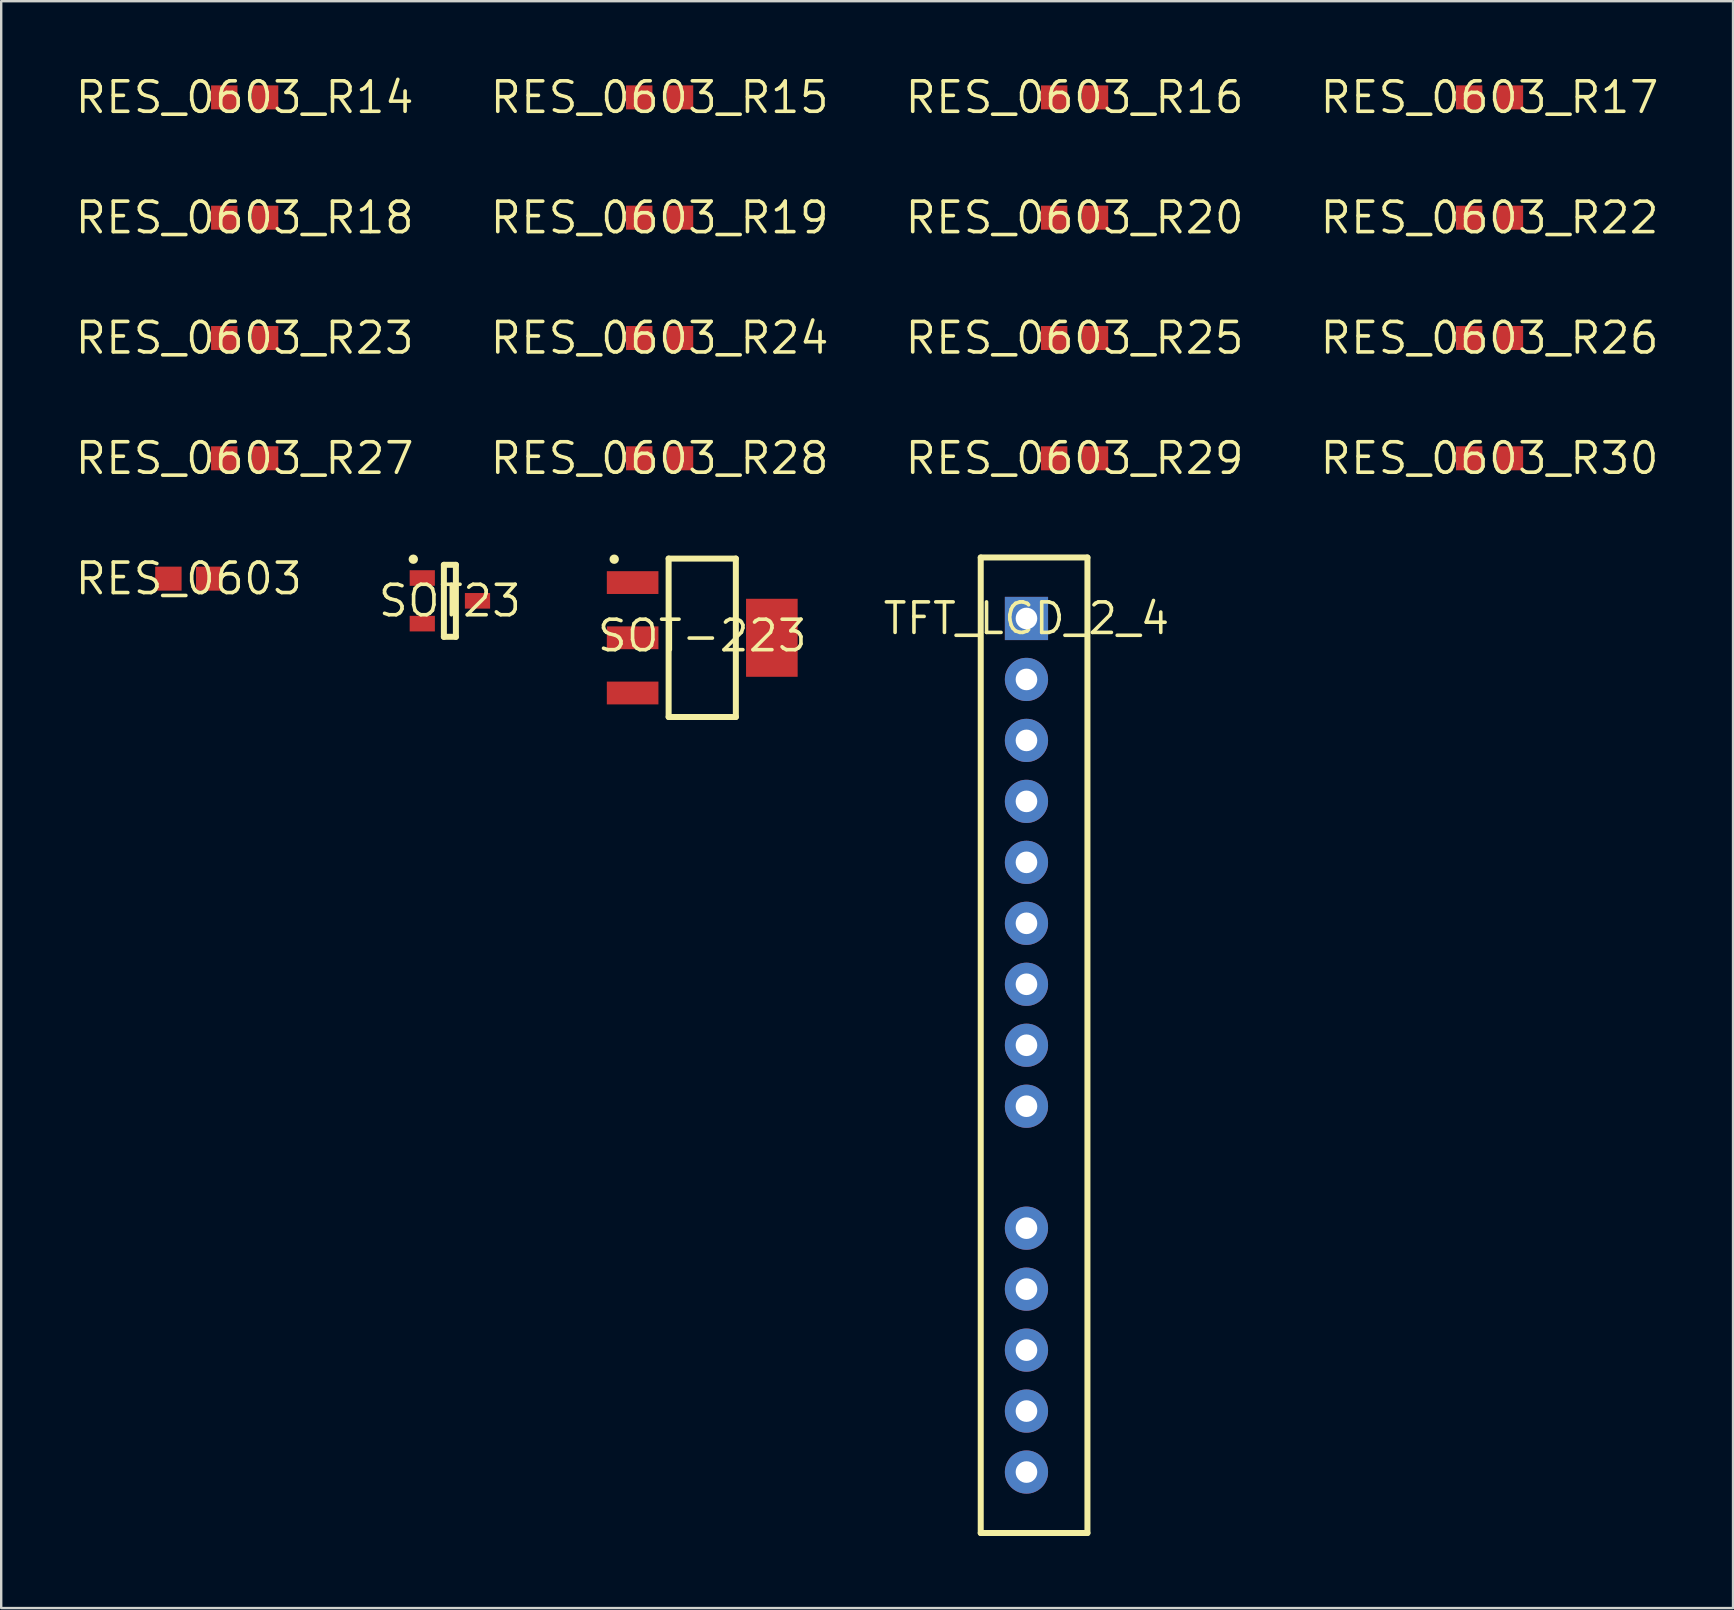
<source format=kicad_pcb>
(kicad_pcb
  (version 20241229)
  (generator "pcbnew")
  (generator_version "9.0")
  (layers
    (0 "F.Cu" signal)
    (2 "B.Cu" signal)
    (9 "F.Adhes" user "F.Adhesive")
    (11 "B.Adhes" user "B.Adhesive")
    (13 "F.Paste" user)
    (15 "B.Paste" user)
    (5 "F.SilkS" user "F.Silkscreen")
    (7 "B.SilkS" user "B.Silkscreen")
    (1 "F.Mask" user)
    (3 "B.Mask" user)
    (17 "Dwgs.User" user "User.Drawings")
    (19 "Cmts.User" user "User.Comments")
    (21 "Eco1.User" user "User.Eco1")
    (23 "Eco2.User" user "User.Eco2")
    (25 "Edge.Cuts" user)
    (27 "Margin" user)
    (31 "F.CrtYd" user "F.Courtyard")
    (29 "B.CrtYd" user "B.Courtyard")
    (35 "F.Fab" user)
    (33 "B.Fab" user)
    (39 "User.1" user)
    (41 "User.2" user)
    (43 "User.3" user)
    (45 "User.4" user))
  (footprint "RES_0603_R15"
    (layer "F.Cu")
    (at 24.43 1.006)
    (property "Reference" "RES_0603_R15" (at 0 0 0) (layer "F.SilkS") (effects (font (size 1.27 1.27) (thickness 0.15))))
    (attr through_hole)
    (pad "1" smd rect (at -0.85 0 90) (size 1 1.1) (layers "F.Cu" "F.Mask" "F.Paste"))
    (pad "2" smd rect (at 0.85 0 90) (size 1 1.1) (layers "F.Cu" "F.Mask" "F.Paste")))
  (footprint "RES_0603_R24"
    (layer "F.Cu")
    (at 24.43 11.031)
    (property "Reference" "RES_0603_R24" (at 0 0 0) (layer "F.SilkS") (effects (font (size 1.27 1.27) (thickness 0.15))))
    (attr through_hole)
    (pad "1" smd rect (at -0.85 0 90) (size 1 1.1) (layers "F.Cu" "F.Mask" "F.Paste"))
    (pad "2" smd rect (at 0.85 0 90) (size 1 1.1) (layers "F.Cu" "F.Mask" "F.Paste")))
  (footprint "RES_0603_R28"
    (layer "F.Cu")
    (at 24.43 16.043)
    (property "Reference" "RES_0603_R28" (at 0 0 0) (layer "F.SilkS") (effects (font (size 1.27 1.27) (thickness 0.15))))
    (attr through_hole)
    (pad "1" smd rect (at -0.85 0 90) (size 1 1.1) (layers "F.Cu" "F.Mask" "F.Paste"))
    (pad "2" smd rect (at 0.85 0 90) (size 1 1.1) (layers "F.Cu" "F.Mask" "F.Paste")))
  (footprint "RES_0603_R23"
    (layer "F.Cu")
    (at 7.143 11.031)
    (property "Reference" "RES_0603_R23" (at 0 0 0) (layer "F.SilkS") (effects (font (size 1.27 1.27) (thickness 0.15))))
    (attr through_hole)
    (pad "1" smd rect (at -0.85 0 90) (size 1 1.1) (layers "F.Cu" "F.Mask" "F.Paste"))
    (pad "2" smd rect (at 0.85 0 90) (size 1 1.1) (layers "F.Cu" "F.Mask" "F.Paste")))
  (footprint "RES_0603_R19"
    (layer "F.Cu")
    (at 24.43 6.019)
    (property "Reference" "RES_0603_R19" (at 0 0 0) (layer "F.SilkS") (effects (font (size 1.27 1.27) (thickness 0.15))))
    (attr through_hole)
    (pad "1" smd rect (at -0.85 0 90) (size 1 1.1) (layers "F.Cu" "F.Mask" "F.Paste"))
    (pad "2" smd rect (at 0.85 0 90) (size 1 1.1) (layers "F.Cu" "F.Mask" "F.Paste")))
  (footprint "RES_0603_R20"
    (layer "F.Cu")
    (at 41.717 6.019)
    (property "Reference" "RES_0603_R20" (at 0 0 0) (layer "F.SilkS") (effects (font (size 1.27 1.27) (thickness 0.15))))
    (attr through_hole)
    (pad "1" smd rect (at -0.85 0 90) (size 1 1.1) (layers "F.Cu" "F.Mask" "F.Paste"))
    (pad "2" smd rect (at 0.85 0 90) (size 1 1.1) (layers "F.Cu" "F.Mask" "F.Paste")))
  (footprint "RES_0603_R18"
    (layer "F.Cu")
    (at 7.143 6.019)
    (property "Reference" "RES_0603_R18" (at 0 0 0) (layer "F.SilkS") (effects (font (size 1.27 1.27) (thickness 0.15))))
    (attr through_hole)
    (pad "1" smd rect (at -0.85 0 90) (size 1 1.1) (layers "F.Cu" "F.Mask" "F.Paste"))
    (pad "2" smd rect (at 0.85 0 90) (size 1 1.1) (layers "F.Cu" "F.Mask" "F.Paste")))
  (footprint "RES_0603_R22"
    (layer "F.Cu")
    (at 59.004 6.019)
    (property "Reference" "RES_0603_R22" (at 0 0 0) (layer "F.SilkS") (effects (font (size 1.27 1.27) (thickness 0.15))))
    (attr through_hole)
    (pad "1" smd rect (at -0.85 0 90) (size 1 1.1) (layers "F.Cu" "F.Mask" "F.Paste"))
    (pad "2" smd rect (at 0.85 0 90) (size 1 1.1) (layers "F.Cu" "F.Mask" "F.Paste")))
  (footprint "TFT_LCD_2_4"
    (layer "F.Cu")
    (at 39.712 22.715)
    (property "Reference" "TFT_LCD_2_4" (at 0 0 0) (layer "F.SilkS") (effects (font (size 1.27 1.27) (thickness 0.15))))
    (attr through_hole)
    (fp_line (start -1.905 -2.54) (end 2.54 -2.54) (stroke (width 0.25) (type solid)) (layer "F.SilkS"))
    (fp_line (start -1.905 38.1) (end -1.905 -2.54) (stroke (width 0.25) (type solid)) (layer "F.SilkS"))
    (fp_line (start 2.54 -2.54) (end 2.54 38.1) (stroke (width 0.25) (type solid)) (layer "F.SilkS"))
    (fp_line (start 2.54 38.1) (end -1.905 38.1) (stroke (width 0.25) (type solid)) (layer "F.SilkS"))
    (pad "1" thru_hole rect (at 0 0 90) (size 1.8 1.8) (drill 0.9) (layers "*.Cu" "*.Mask"))
    (pad "2" thru_hole circle (at 0 2.54) (size 1.8 1.8) (drill 0.9) (layers "*.Cu" "*.Mask"))
    (pad "3" thru_hole circle (at 0 5.08) (size 1.8 1.8) (drill 0.9) (layers "*.Cu" "*.Mask"))
    (pad "4" thru_hole circle (at 0 7.62) (size 1.8 1.8) (drill 0.9) (layers "*.Cu" "*.Mask"))
    (pad "5" thru_hole circle (at 0 10.16) (size 1.8 1.8) (drill 0.9) (layers "*.Cu" "*.Mask"))
    (pad "6" thru_hole circle (at 0 12.7) (size 1.8 1.8) (drill 0.9) (layers "*.Cu" "*.Mask"))
    (pad "7" thru_hole circle (at 0 15.24) (size 1.8 1.8) (drill 0.9) (layers "*.Cu" "*.Mask"))
    (pad "8" thru_hole circle (at 0 17.78) (size 1.8 1.8) (drill 0.9) (layers "*.Cu" "*.Mask"))
    (pad "9" thru_hole circle (at 0 20.32) (size 1.8 1.8) (drill 0.9) (layers "*.Cu" "*.Mask"))
    (pad "10" thru_hole circle (at 0 25.4) (size 1.8 1.8) (drill 0.9) (layers "*.Cu" "*.Mask"))
    (pad "11" thru_hole circle (at 0 27.94) (size 1.8 1.8) (drill 0.9) (layers "*.Cu" "*.Mask"))
    (pad "12" thru_hole circle (at 0 30.48) (size 1.8 1.8) (drill 0.9) (layers "*.Cu" "*.Mask"))
    (pad "13" thru_hole circle (at 0 33.02) (size 1.8 1.8) (drill 0.9) (layers "*.Cu" "*.Mask"))
    (pad "14" thru_hole circle (at 0 35.56) (size 1.8 1.8) (drill 0.9) (layers "*.Cu" "*.Mask")))
  (footprint "RES_0603"
    (layer "F.Cu")
    (at 4.815 21.056)
    (property "Reference" "RES_0603" (at 0 0 0) (layer "F.SilkS") (effects (font (size 1.27 1.27) (thickness 0.15))))
    (attr through_hole)
    (pad "1" smd rect (at -0.85 0 90) (size 1 1.1) (layers "F.Cu" "F.Mask" "F.Paste"))
    (pad "2" smd rect (at 0.85 0 90) (size 1 1.1) (layers "F.Cu" "F.Mask" "F.Paste")))
  (footprint "RES_0603_R26"
    (layer "F.Cu")
    (at 59.004 11.031)
    (property "Reference" "RES_0603_R26" (at 0 0 0) (layer "F.SilkS") (effects (font (size 1.27 1.27) (thickness 0.15))))
    (attr through_hole)
    (pad "1" smd rect (at -0.85 0 90) (size 1 1.1) (layers "F.Cu" "F.Mask" "F.Paste"))
    (pad "2" smd rect (at 0.85 0 90) (size 1 1.1) (layers "F.Cu" "F.Mask" "F.Paste")))
  (footprint "RES_0603_R30"
    (layer "F.Cu")
    (at 59.004 16.043)
    (property "Reference" "RES_0603_R30" (at 0 0 0) (layer "F.SilkS") (effects (font (size 1.27 1.27) (thickness 0.15))))
    (attr through_hole)
    (pad "1" smd rect (at -0.85 0 90) (size 1 1.1) (layers "F.Cu" "F.Mask" "F.Paste"))
    (pad "2" smd rect (at 0.85 0 90) (size 1 1.1) (layers "F.Cu" "F.Mask" "F.Paste")))
  (footprint "RES_0603_R27"
    (layer "F.Cu")
    (at 7.143 16.043)
    (property "Reference" "RES_0603_R27" (at 0 0 0) (layer "F.SilkS") (effects (font (size 1.27 1.27) (thickness 0.15))))
    (attr through_hole)
    (pad "1" smd rect (at -0.85 0 90) (size 1 1.1) (layers "F.Cu" "F.Mask" "F.Paste"))
    (pad "2" smd rect (at 0.85 0 90) (size 1 1.1) (layers "F.Cu" "F.Mask" "F.Paste")))
  (footprint "RES_0603_R16"
    (layer "F.Cu")
    (at 41.717 1.006)
    (property "Reference" "RES_0603_R16" (at 0 0 0) (layer "F.SilkS") (effects (font (size 1.27 1.27) (thickness 0.15))))
    (attr through_hole)
    (pad "1" smd rect (at -0.85 0 90) (size 1 1.1) (layers "F.Cu" "F.Mask" "F.Paste"))
    (pad "2" smd rect (at 0.85 0 90) (size 1 1.1) (layers "F.Cu" "F.Mask" "F.Paste")))
  (footprint "SOT-223"
    (layer "F.Cu")
    (at 26.205 23.435)
    (property "Reference" "SOT-223" (at 0 0 0) (layer "F.SilkS") (effects (font (size 1.27 1.27) (thickness 0.15))))
    (attr through_hole)
    (fp_line (start -1.4 -3.215) (end -1.4 3.384) (stroke (width 0.25) (type solid)) (layer "F.SilkS"))
    (fp_line (start -1.4 -3.215) (end 1.4 -3.215) (stroke (width 0.25) (type solid)) (layer "F.SilkS"))
    (fp_line (start -1.4 3.384) (end 1.4 3.384) (stroke (width 0.25) (type solid)) (layer "F.SilkS"))
    (fp_line (start 1.4 -3.215) (end 1.4 3.384) (stroke (width 0.25) (type solid)) (layer "F.SilkS"))
    (fp_circle (center -3.667 -3.189) (end -3.569 -3.189) (stroke (width 0.196) (type solid)) (fill no) (layer "F.SilkS"))
    (pad "1" smd rect (at -2.9 -2.215 90) (size 0.95 2.15) (layers "F.Cu" "F.Mask" "F.Paste"))
    (pad "2" smd rect (at -2.9 0.085 90) (size 0.95 2.15) (layers "F.Cu" "F.Mask" "F.Paste"))
    (pad "3" smd rect (at -2.9 2.385 90) (size 0.95 2.15) (layers "F.Cu" "F.Mask" "F.Paste"))
    (pad "4" smd rect (at 2.9 0.085 90) (size 3.25 2.15) (layers "F.Cu" "F.Mask" "F.Paste")))
  (footprint "SOT23"
    (layer "F.Cu")
    (at 15.692 21.98)
    (property "Reference" "SOT23" (at 0 0 0) (layer "F.SilkS") (effects (font (size 1.27 1.27) (thickness 0.15))))
    (attr through_hole)
    (fp_line (start -0.25 -1.5) (end -0.25 1.5) (stroke (width 0.25) (type solid)) (layer "F.SilkS"))
    (fp_line (start -0.25 1.5) (end 0.25 1.5) (stroke (width 0.25) (type solid)) (layer "F.SilkS"))
    (fp_line (start 0.25 -1.5) (end -0.25 -1.5) (stroke (width 0.25) (type solid)) (layer "F.SilkS"))
    (fp_line (start 0.25 1.5) (end 0.25 -1.5) (stroke (width 0.25) (type solid)) (layer "F.SilkS"))
    (fp_circle (center -1.524 -1.734) (end -1.426 -1.734) (stroke (width 0.196) (type solid)) (fill no) (layer "F.SilkS"))
    (pad "1" smd rect (at -1.15 -0.95 90) (size 0.65 1.05) (layers "F.Cu" "F.Mask" "F.Paste"))
    (pad "2" smd rect (at -1.15 0.95 90) (size 0.65 1.05) (layers "F.Cu" "F.Mask" "F.Paste"))
    (pad "3" smd rect (at 1.15 0 90) (size 0.65 1.05) (layers "F.Cu" "F.Mask" "F.Paste")))
  (footprint "RES_0603_R25"
    (layer "F.Cu")
    (at 41.717 11.031)
    (property "Reference" "RES_0603_R25" (at 0 0 0) (layer "F.SilkS") (effects (font (size 1.27 1.27) (thickness 0.15))))
    (attr through_hole)
    (pad "1" smd rect (at -0.85 0 90) (size 1 1.1) (layers "F.Cu" "F.Mask" "F.Paste"))
    (pad "2" smd rect (at 0.85 0 90) (size 1 1.1) (layers "F.Cu" "F.Mask" "F.Paste")))
  (footprint "RES_0603_R29"
    (layer "F.Cu")
    (at 41.717 16.043)
    (property "Reference" "RES_0603_R29" (at 0 0 0) (layer "F.SilkS") (effects (font (size 1.27 1.27) (thickness 0.15))))
    (attr through_hole)
    (pad "1" smd rect (at -0.85 0 90) (size 1 1.1) (layers "F.Cu" "F.Mask" "F.Paste"))
    (pad "2" smd rect (at 0.85 0 90) (size 1 1.1) (layers "F.Cu" "F.Mask" "F.Paste")))
  (footprint "RES_0603_R17"
    (layer "F.Cu")
    (at 59.004 1.006)
    (property "Reference" "RES_0603_R17" (at 0 0 0) (layer "F.SilkS") (effects (font (size 1.27 1.27) (thickness 0.15))))
    (attr through_hole)
    (pad "1" smd rect (at -0.85 0 90) (size 1 1.1) (layers "F.Cu" "F.Mask" "F.Paste"))
    (pad "2" smd rect (at 0.85 0 90) (size 1 1.1) (layers "F.Cu" "F.Mask" "F.Paste")))
  (footprint "RES_0603_R14"
    (layer "F.Cu")
    (at 7.143 1.006)
    (property "Reference" "RES_0603_R14" (at 0 0 0) (layer "F.SilkS") (effects (font (size 1.27 1.27) (thickness 0.15))))
    (attr through_hole)
    (pad "1" smd rect (at -0.85 0 90) (size 1 1.1) (layers "F.Cu" "F.Mask" "F.Paste"))
    (pad "2" smd rect (at 0.85 0 90) (size 1 1.1) (layers "F.Cu" "F.Mask" "F.Paste")))
  (gr_rect
    (start -3 -3)
    (end 69.148 63.94)
    (stroke (width 0.1) (type default))
    (fill no)
    (layer "Edge.Cuts")))
</source>
